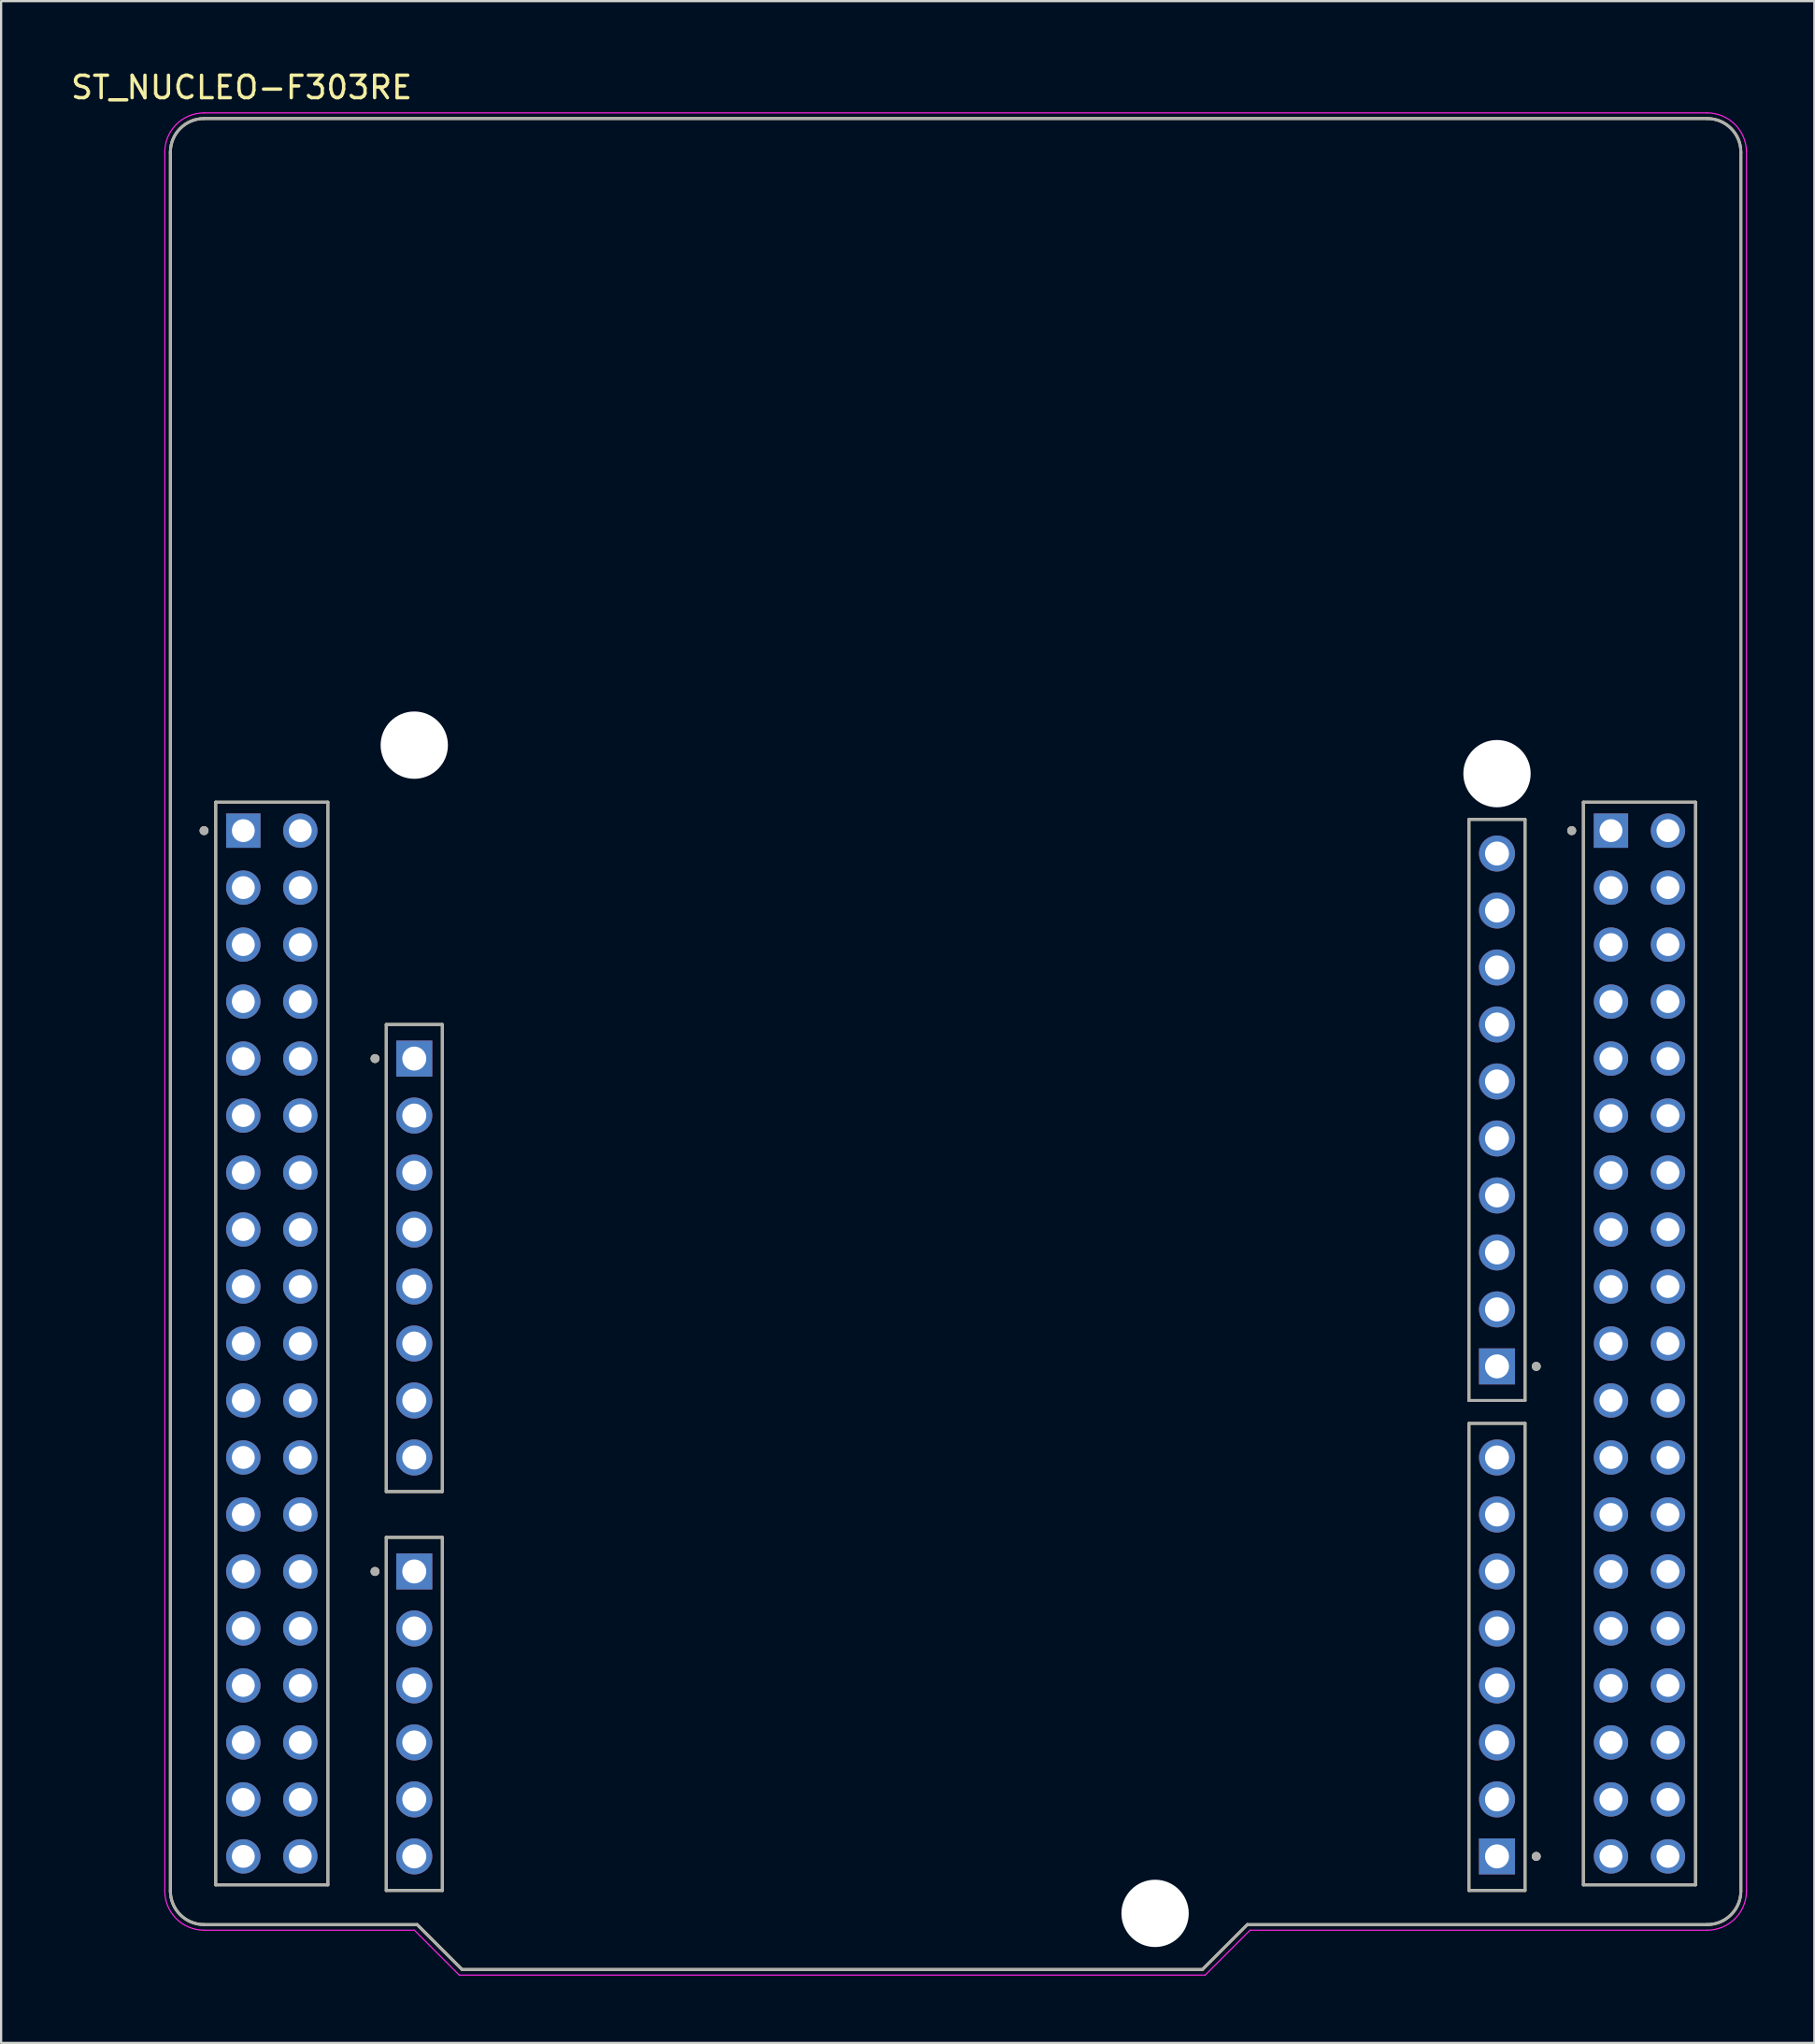
<source format=kicad_pcb>
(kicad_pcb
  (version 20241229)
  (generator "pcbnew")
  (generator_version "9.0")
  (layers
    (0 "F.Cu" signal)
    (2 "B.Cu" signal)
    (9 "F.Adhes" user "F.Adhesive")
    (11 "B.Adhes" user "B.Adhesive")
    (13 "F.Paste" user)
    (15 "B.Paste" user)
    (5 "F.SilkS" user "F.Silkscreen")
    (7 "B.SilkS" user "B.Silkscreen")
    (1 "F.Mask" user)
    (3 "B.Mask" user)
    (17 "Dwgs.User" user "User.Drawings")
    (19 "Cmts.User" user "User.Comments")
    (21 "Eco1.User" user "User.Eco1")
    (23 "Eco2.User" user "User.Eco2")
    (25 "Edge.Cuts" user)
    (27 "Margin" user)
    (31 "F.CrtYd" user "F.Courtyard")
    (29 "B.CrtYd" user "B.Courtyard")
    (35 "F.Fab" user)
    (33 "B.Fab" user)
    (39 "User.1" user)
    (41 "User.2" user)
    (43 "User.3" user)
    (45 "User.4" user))
  (footprint "ST_NUCLEO-F303RE"
    (layer "F.Cu")
    (at 39.545 43.483)
    (property "Reference" "ST_NUCLEO-F303RE" (at -31.825 -42.635 0) (layer "F.SilkS") (effects (font (size 1 1) (thickness 0.15))))
    (attr through_hole)
    (fp_line (start -35 37.75) (end -35 -39.75) (stroke (width 0.127) (type solid)) (layer "F.SilkS"))
    (fp_line (start -33.5 -41.25) (end 33.5 -41.25) (stroke (width 0.127) (type solid)) (layer "F.SilkS"))
    (fp_line (start -32.98 -10.78) (end -32.98 37.48) (stroke (width 0.127) (type solid)) (layer "F.SilkS"))
    (fp_line (start -32.98 37.48) (end -27.98 37.48) (stroke (width 0.127) (type solid)) (layer "F.SilkS"))
    (fp_line (start -27.98 -10.78) (end -32.98 -10.78) (stroke (width 0.127) (type solid)) (layer "F.SilkS"))
    (fp_line (start -27.98 37.48) (end -27.98 -10.78) (stroke (width 0.127) (type solid)) (layer "F.SilkS"))
    (fp_line (start -25.38 -0.87) (end -25.38 19.95) (stroke (width 0.127) (type solid)) (layer "F.SilkS"))
    (fp_line (start -25.38 19.95) (end -22.88 19.95) (stroke (width 0.127) (type solid)) (layer "F.SilkS"))
    (fp_line (start -25.38 21.99) (end -25.38 37.73) (stroke (width 0.127) (type solid)) (layer "F.SilkS"))
    (fp_line (start -25.38 37.73) (end -22.88 37.73) (stroke (width 0.127) (type solid)) (layer "F.SilkS"))
    (fp_line (start -24 39.25) (end -33.5 39.25) (stroke (width 0.127) (type solid)) (layer "F.SilkS"))
    (fp_line (start -22.88 -0.87) (end -25.38 -0.87) (stroke (width 0.127) (type solid)) (layer "F.SilkS"))
    (fp_line (start -22.88 19.95) (end -22.88 -0.87) (stroke (width 0.127) (type solid)) (layer "F.SilkS"))
    (fp_line (start -22.88 21.99) (end -25.38 21.99) (stroke (width 0.127) (type solid)) (layer "F.SilkS"))
    (fp_line (start -22.88 37.73) (end -22.88 21.99) (stroke (width 0.127) (type solid)) (layer "F.SilkS"))
    (fp_line (start -22 41.25) (end -24 39.25) (stroke (width 0.127) (type solid)) (layer "F.SilkS"))
    (fp_line (start 11 41.25) (end -22 41.25) (stroke (width 0.127) (type solid)) (layer "F.SilkS"))
    (fp_line (start 13 39.25) (end 11 41.25) (stroke (width 0.127) (type solid)) (layer "F.SilkS"))
    (fp_line (start 22.88 -10.01) (end 22.88 15.89) (stroke (width 0.127) (type solid)) (layer "F.SilkS"))
    (fp_line (start 22.88 15.89) (end 25.38 15.89) (stroke (width 0.127) (type solid)) (layer "F.SilkS"))
    (fp_line (start 22.88 16.91) (end 22.88 37.73) (stroke (width 0.127) (type solid)) (layer "F.SilkS"))
    (fp_line (start 22.88 37.73) (end 25.38 37.73) (stroke (width 0.127) (type solid)) (layer "F.SilkS"))
    (fp_line (start 25.38 -10.01) (end 22.88 -10.01) (stroke (width 0.127) (type solid)) (layer "F.SilkS"))
    (fp_line (start 25.38 15.89) (end 25.38 -10.01) (stroke (width 0.127) (type solid)) (layer "F.SilkS"))
    (fp_line (start 25.38 16.91) (end 22.88 16.91) (stroke (width 0.127) (type solid)) (layer "F.SilkS"))
    (fp_line (start 25.38 37.73) (end 25.38 16.91) (stroke (width 0.127) (type solid)) (layer "F.SilkS"))
    (fp_line (start 27.98 -10.78) (end 27.98 37.48) (stroke (width 0.127) (type solid)) (layer "F.SilkS"))
    (fp_line (start 27.98 37.48) (end 32.98 37.48) (stroke (width 0.127) (type solid)) (layer "F.SilkS"))
    (fp_line (start 32.98 -10.78) (end 27.98 -10.78) (stroke (width 0.127) (type solid)) (layer "F.SilkS"))
    (fp_line (start 32.98 37.48) (end 32.98 -10.78) (stroke (width 0.127) (type solid)) (layer "F.SilkS"))
    (fp_line (start 33.5 39.25) (end 13 39.25) (stroke (width 0.127) (type solid)) (layer "F.SilkS"))
    (fp_line (start 35 -39.75) (end 35 37.75) (stroke (width 0.127) (type solid)) (layer "F.SilkS"))
    (fp_arc (start -35 -39.75) (mid -34.56066 -40.81066) (end -33.5 -41.25) (stroke (width 0.127) (type solid)) (layer "F.SilkS"))
    (fp_arc (start -33.5 39.25) (mid -34.56066 38.81066) (end -35 37.75) (stroke (width 0.127) (type solid)) (layer "F.SilkS"))
    (fp_arc (start 33.5 -41.25) (mid 34.56066 -40.81066) (end 35 -39.75) (stroke (width 0.127) (type solid)) (layer "F.SilkS"))
    (fp_arc (start 35 37.75) (mid 34.56066 38.81066) (end 33.5 39.25) (stroke (width 0.127) (type solid)) (layer "F.SilkS"))
    (fp_circle (center -33.5 -9.51) (end -33.4 -9.51) (stroke (width 0.2) (type solid)) (fill no) (layer "F.SilkS"))
    (fp_circle (center -25.88 0.65) (end -25.78 0.65) (stroke (width 0.2) (type solid)) (fill no) (layer "F.SilkS"))
    (fp_circle (center -25.88 23.51) (end -25.78 23.51) (stroke (width 0.2) (type solid)) (fill no) (layer "F.SilkS"))
    (fp_circle (center 25.88 14.37) (end 25.98 14.37) (stroke (width 0.2) (type solid)) (fill no) (layer "F.SilkS"))
    (fp_circle (center 25.88 36.21) (end 25.98 36.21) (stroke (width 0.2) (type solid)) (fill no) (layer "F.SilkS"))
    (fp_circle (center 27.46 -9.51) (end 27.56 -9.51) (stroke (width 0.2) (type solid)) (fill no) (layer "F.SilkS"))
    (fp_line (start -35.25 37.75) (end -35.25 -39.75) (stroke (width 0.05) (type solid)) (layer "F.CrtYd"))
    (fp_line (start -33.5 -41.5) (end 33.5 -41.5) (stroke (width 0.05) (type solid)) (layer "F.CrtYd"))
    (fp_line (start -24.125 39.5) (end -33.5 39.5) (stroke (width 0.05) (type solid)) (layer "F.CrtYd"))
    (fp_line (start -22.125 41.5) (end -24.125 39.5) (stroke (width 0.05) (type solid)) (layer "F.CrtYd"))
    (fp_line (start 11.125 41.5) (end -22.125 41.5) (stroke (width 0.05) (type solid)) (layer "F.CrtYd"))
    (fp_line (start 13.125 39.5) (end 11.125 41.5) (stroke (width 0.05) (type solid)) (layer "F.CrtYd"))
    (fp_line (start 33.5 39.5) (end 13.125 39.5) (stroke (width 0.05) (type solid)) (layer "F.CrtYd"))
    (fp_line (start 35.25 -39.75) (end 35.25 37.75) (stroke (width 0.05) (type solid)) (layer "F.CrtYd"))
    (fp_arc (start -35.25 -39.75) (mid -34.737437 -40.987437) (end -33.5 -41.5) (stroke (width 0.05) (type solid)) (layer "F.CrtYd"))
    (fp_arc (start -33.5 39.5) (mid -34.737437 38.987437) (end -35.25 37.75) (stroke (width 0.05) (type solid)) (layer "F.CrtYd"))
    (fp_arc (start 33.5 -41.5) (mid 34.737437 -40.987437) (end 35.25 -39.75) (stroke (width 0.05) (type solid)) (layer "F.CrtYd"))
    (fp_arc (start 35.25 37.75) (mid 34.737437 38.987437) (end 33.5 39.5) (stroke (width 0.05) (type solid)) (layer "F.CrtYd"))
    (fp_line (start -35 37.75) (end -35 -39.75) (stroke (width 0.127) (type solid)) (layer "F.Fab"))
    (fp_line (start -33.5 -41.25) (end 33.5 -41.25) (stroke (width 0.127) (type solid)) (layer "F.Fab"))
    (fp_line (start -32.98 -10.78) (end -32.98 37.48) (stroke (width 0.127) (type solid)) (layer "F.Fab"))
    (fp_line (start -32.98 37.48) (end -27.98 37.48) (stroke (width 0.127) (type solid)) (layer "F.Fab"))
    (fp_line (start -27.98 -10.78) (end -32.98 -10.78) (stroke (width 0.127) (type solid)) (layer "F.Fab"))
    (fp_line (start -27.98 37.48) (end -27.98 -10.78) (stroke (width 0.127) (type solid)) (layer "F.Fab"))
    (fp_line (start -25.38 -0.87) (end -25.38 19.95) (stroke (width 0.127) (type solid)) (layer "F.Fab"))
    (fp_line (start -25.38 19.95) (end -22.88 19.95) (stroke (width 0.127) (type solid)) (layer "F.Fab"))
    (fp_line (start -25.38 21.99) (end -25.38 37.73) (stroke (width 0.127) (type solid)) (layer "F.Fab"))
    (fp_line (start -25.38 37.73) (end -22.88 37.73) (stroke (width 0.127) (type solid)) (layer "F.Fab"))
    (fp_line (start -24 39.25) (end -33.5 39.25) (stroke (width 0.127) (type solid)) (layer "F.Fab"))
    (fp_line (start -22.88 -0.87) (end -25.38 -0.87) (stroke (width 0.127) (type solid)) (layer "F.Fab"))
    (fp_line (start -22.88 19.95) (end -22.88 -0.87) (stroke (width 0.127) (type solid)) (layer "F.Fab"))
    (fp_line (start -22.88 21.99) (end -25.38 21.99) (stroke (width 0.127) (type solid)) (layer "F.Fab"))
    (fp_line (start -22.88 37.73) (end -22.88 21.99) (stroke (width 0.127) (type solid)) (layer "F.Fab"))
    (fp_line (start -22 41.25) (end -24 39.25) (stroke (width 0.127) (type solid)) (layer "F.Fab"))
    (fp_line (start 11 41.25) (end -22 41.25) (stroke (width 0.127) (type solid)) (layer "F.Fab"))
    (fp_line (start 13 39.25) (end 11 41.25) (stroke (width 0.127) (type solid)) (layer "F.Fab"))
    (fp_line (start 22.88 -10.01) (end 22.88 15.89) (stroke (width 0.127) (type solid)) (layer "F.Fab"))
    (fp_line (start 22.88 15.89) (end 25.38 15.89) (stroke (width 0.127) (type solid)) (layer "F.Fab"))
    (fp_line (start 22.88 16.91) (end 22.88 37.73) (stroke (width 0.127) (type solid)) (layer "F.Fab"))
    (fp_line (start 22.88 37.73) (end 25.38 37.73) (stroke (width 0.127) (type solid)) (layer "F.Fab"))
    (fp_line (start 25.38 -10.01) (end 22.88 -10.01) (stroke (width 0.127) (type solid)) (layer "F.Fab"))
    (fp_line (start 25.38 15.89) (end 25.38 -10.01) (stroke (width 0.127) (type solid)) (layer "F.Fab"))
    (fp_line (start 25.38 16.91) (end 22.88 16.91) (stroke (width 0.127) (type solid)) (layer "F.Fab"))
    (fp_line (start 25.38 37.73) (end 25.38 16.91) (stroke (width 0.127) (type solid)) (layer "F.Fab"))
    (fp_line (start 27.98 -10.78) (end 27.98 37.48) (stroke (width 0.127) (type solid)) (layer "F.Fab"))
    (fp_line (start 27.98 37.48) (end 32.98 37.48) (stroke (width 0.127) (type solid)) (layer "F.Fab"))
    (fp_line (start 32.98 -10.78) (end 27.98 -10.78) (stroke (width 0.127) (type solid)) (layer "F.Fab"))
    (fp_line (start 32.98 37.48) (end 32.98 -10.78) (stroke (width 0.127) (type solid)) (layer "F.Fab"))
    (fp_line (start 33.5 39.25) (end 13 39.25) (stroke (width 0.127) (type solid)) (layer "F.Fab"))
    (fp_line (start 35 -39.75) (end 35 37.75) (stroke (width 0.127) (type solid)) (layer "F.Fab"))
    (fp_arc (start -35 -39.75) (mid -34.56066 -40.81066) (end -33.5 -41.25) (stroke (width 0.127) (type solid)) (layer "F.Fab"))
    (fp_arc (start -33.5 39.25) (mid -34.56066 38.81066) (end -35 37.75) (stroke (width 0.127) (type solid)) (layer "F.Fab"))
    (fp_arc (start 33.5 -41.25) (mid 34.56066 -40.81066) (end 35 -39.75) (stroke (width 0.127) (type solid)) (layer "F.Fab"))
    (fp_arc (start 35 37.75) (mid 34.56066 38.81066) (end 33.5 39.25) (stroke (width 0.127) (type solid)) (layer "F.Fab"))
    (fp_circle (center -33.5 -9.51) (end -33.4 -9.51) (stroke (width 0.2) (type solid)) (fill no) (layer "F.Fab"))
    (fp_circle (center -25.88 0.65) (end -25.78 0.65) (stroke (width 0.2) (type solid)) (fill no) (layer "F.Fab"))
    (fp_circle (center -25.88 23.51) (end -25.78 23.51) (stroke (width 0.2) (type solid)) (fill no) (layer "F.Fab"))
    (fp_circle (center 25.88 14.37) (end 25.98 14.37) (stroke (width 0.2) (type solid)) (fill no) (layer "F.Fab"))
    (fp_circle (center 25.88 36.21) (end 25.98 36.21) (stroke (width 0.2) (type solid)) (fill no) (layer "F.Fab"))
    (fp_circle (center 27.46 -9.51) (end 27.56 -9.51) (stroke (width 0.2) (type solid)) (fill no) (layer "F.Fab"))
    (pad "" np_thru_hole circle (at -24.13 -13.32) (size 3 3) (drill 3) (layers "*.Cu" "*.Mask"))
    (pad "" np_thru_hole circle (at 8.89 38.75) (size 3 3) (drill 3) (layers "*.Cu" "*.Mask"))
    (pad "" np_thru_hole circle (at 24.13 -12.05) (size 3 3) (drill 3) (layers "*.Cu" "*.Mask"))
    (pad "CN5_1" thru_hole rect (at 24.13 14.37) (size 1.605 1.605) (drill 1.07) (layers "*.Cu" "*.Mask"))
    (pad "CN5_2" thru_hole circle (at 24.13 11.83) (size 1.605 1.605) (drill 1.07) (layers "*.Cu" "*.Mask"))
    (pad "CN5_3" thru_hole circle (at 24.13 9.29) (size 1.605 1.605) (drill 1.07) (layers "*.Cu" "*.Mask"))
    (pad "CN5_4" thru_hole circle (at 24.13 6.75) (size 1.605 1.605) (drill 1.07) (layers "*.Cu" "*.Mask"))
    (pad "CN5_5" thru_hole circle (at 24.13 4.21) (size 1.605 1.605) (drill 1.07) (layers "*.Cu" "*.Mask"))
    (pad "CN5_6" thru_hole circle (at 24.13 1.67) (size 1.605 1.605) (drill 1.07) (layers "*.Cu" "*.Mask"))
    (pad "CN5_7" thru_hole circle (at 24.13 -0.87) (size 1.605 1.605) (drill 1.07) (layers "*.Cu" "*.Mask"))
    (pad "CN5_8" thru_hole circle (at 24.13 -3.41) (size 1.605 1.605) (drill 1.07) (layers "*.Cu" "*.Mask"))
    (pad "CN5_9" thru_hole circle (at 24.13 -5.95) (size 1.605 1.605) (drill 1.07) (layers "*.Cu" "*.Mask"))
    (pad "CN5_10" thru_hole circle (at 24.13 -8.49) (size 1.605 1.605) (drill 1.07) (layers "*.Cu" "*.Mask"))
    (pad "CN6_1" thru_hole rect (at -24.13 0.65) (size 1.605 1.605) (drill 1.07) (layers "*.Cu" "*.Mask"))
    (pad "CN6_2" thru_hole circle (at -24.13 3.19) (size 1.605 1.605) (drill 1.07) (layers "*.Cu" "*.Mask"))
    (pad "CN6_3" thru_hole circle (at -24.13 5.73) (size 1.605 1.605) (drill 1.07) (layers "*.Cu" "*.Mask"))
    (pad "CN6_4" thru_hole circle (at -24.13 8.27) (size 1.605 1.605) (drill 1.07) (layers "*.Cu" "*.Mask"))
    (pad "CN6_5" thru_hole circle (at -24.13 10.81) (size 1.605 1.605) (drill 1.07) (layers "*.Cu" "*.Mask"))
    (pad "CN6_6" thru_hole circle (at -24.13 13.35) (size 1.605 1.605) (drill 1.07) (layers "*.Cu" "*.Mask"))
    (pad "CN6_7" thru_hole circle (at -24.13 15.89) (size 1.605 1.605) (drill 1.07) (layers "*.Cu" "*.Mask"))
    (pad "CN6_8" thru_hole circle (at -24.13 18.43) (size 1.605 1.605) (drill 1.07) (layers "*.Cu" "*.Mask"))
    (pad "CN7_1" thru_hole rect (at -31.75 -9.51) (size 1.53 1.53) (drill 1.02) (layers "*.Cu" "*.Mask"))
    (pad "CN7_2" thru_hole circle (at -29.21 -9.51) (size 1.53 1.53) (drill 1.02) (layers "*.Cu" "*.Mask"))
    (pad "CN7_3" thru_hole circle (at -31.75 -6.97) (size 1.53 1.53) (drill 1.02) (layers "*.Cu" "*.Mask"))
    (pad "CN7_4" thru_hole circle (at -29.21 -6.97) (size 1.53 1.53) (drill 1.02) (layers "*.Cu" "*.Mask"))
    (pad "CN7_5" thru_hole circle (at -31.75 -4.43) (size 1.53 1.53) (drill 1.02) (layers "*.Cu" "*.Mask"))
    (pad "CN7_6" thru_hole circle (at -29.21 -4.43) (size 1.53 1.53) (drill 1.02) (layers "*.Cu" "*.Mask"))
    (pad "CN7_7" thru_hole circle (at -31.75 -1.89) (size 1.53 1.53) (drill 1.02) (layers "*.Cu" "*.Mask"))
    (pad "CN7_8" thru_hole circle (at -29.21 -1.89) (size 1.53 1.53) (drill 1.02) (layers "*.Cu" "*.Mask"))
    (pad "CN7_9" thru_hole circle (at -31.75 0.65) (size 1.53 1.53) (drill 1.02) (layers "*.Cu" "*.Mask"))
    (pad "CN7_10" thru_hole circle (at -29.21 0.65) (size 1.53 1.53) (drill 1.02) (layers "*.Cu" "*.Mask"))
    (pad "CN7_11" thru_hole circle (at -31.75 3.19) (size 1.53 1.53) (drill 1.02) (layers "*.Cu" "*.Mask"))
    (pad "CN7_12" thru_hole circle (at -29.21 3.19) (size 1.53 1.53) (drill 1.02) (layers "*.Cu" "*.Mask"))
    (pad "CN7_13" thru_hole circle (at -31.75 5.73) (size 1.53 1.53) (drill 1.02) (layers "*.Cu" "*.Mask"))
    (pad "CN7_14" thru_hole circle (at -29.21 5.73) (size 1.53 1.53) (drill 1.02) (layers "*.Cu" "*.Mask"))
    (pad "CN7_15" thru_hole circle (at -31.75 8.27) (size 1.53 1.53) (drill 1.02) (layers "*.Cu" "*.Mask"))
    (pad "CN7_16" thru_hole circle (at -29.21 8.27) (size 1.53 1.53) (drill 1.02) (layers "*.Cu" "*.Mask"))
    (pad "CN7_17" thru_hole circle (at -31.75 10.81) (size 1.53 1.53) (drill 1.02) (layers "*.Cu" "*.Mask"))
    (pad "CN7_18" thru_hole circle (at -29.21 10.81) (size 1.53 1.53) (drill 1.02) (layers "*.Cu" "*.Mask"))
    (pad "CN7_19" thru_hole circle (at -31.75 13.35) (size 1.53 1.53) (drill 1.02) (layers "*.Cu" "*.Mask"))
    (pad "CN7_20" thru_hole circle (at -29.21 13.35) (size 1.53 1.53) (drill 1.02) (layers "*.Cu" "*.Mask"))
    (pad "CN7_21" thru_hole circle (at -31.75 15.89) (size 1.53 1.53) (drill 1.02) (layers "*.Cu" "*.Mask"))
    (pad "CN7_22" thru_hole circle (at -29.21 15.89) (size 1.53 1.53) (drill 1.02) (layers "*.Cu" "*.Mask"))
    (pad "CN7_23" thru_hole circle (at -31.75 18.43) (size 1.53 1.53) (drill 1.02) (layers "*.Cu" "*.Mask"))
    (pad "CN7_24" thru_hole circle (at -29.21 18.43) (size 1.53 1.53) (drill 1.02) (layers "*.Cu" "*.Mask"))
    (pad "CN7_25" thru_hole circle (at -31.75 20.97) (size 1.53 1.53) (drill 1.02) (layers "*.Cu" "*.Mask"))
    (pad "CN7_26" thru_hole circle (at -29.21 20.97) (size 1.53 1.53) (drill 1.02) (layers "*.Cu" "*.Mask"))
    (pad "CN7_27" thru_hole circle (at -31.75 23.51) (size 1.53 1.53) (drill 1.02) (layers "*.Cu" "*.Mask"))
    (pad "CN7_28" thru_hole circle (at -29.21 23.51) (size 1.53 1.53) (drill 1.02) (layers "*.Cu" "*.Mask"))
    (pad "CN7_29" thru_hole circle (at -31.75 26.05) (size 1.53 1.53) (drill 1.02) (layers "*.Cu" "*.Mask"))
    (pad "CN7_30" thru_hole circle (at -29.21 26.05) (size 1.53 1.53) (drill 1.02) (layers "*.Cu" "*.Mask"))
    (pad "CN7_31" thru_hole circle (at -31.75 28.59) (size 1.53 1.53) (drill 1.02) (layers "*.Cu" "*.Mask"))
    (pad "CN7_32" thru_hole circle (at -29.21 28.59) (size 1.53 1.53) (drill 1.02) (layers "*.Cu" "*.Mask"))
    (pad "CN7_33" thru_hole circle (at -31.75 31.13) (size 1.53 1.53) (drill 1.02) (layers "*.Cu" "*.Mask"))
    (pad "CN7_34" thru_hole circle (at -29.21 31.13) (size 1.53 1.53) (drill 1.02) (layers "*.Cu" "*.Mask"))
    (pad "CN7_35" thru_hole circle (at -31.75 33.67) (size 1.53 1.53) (drill 1.02) (layers "*.Cu" "*.Mask"))
    (pad "CN7_36" thru_hole circle (at -29.21 33.67) (size 1.53 1.53) (drill 1.02) (layers "*.Cu" "*.Mask"))
    (pad "CN7_37" thru_hole circle (at -31.75 36.21) (size 1.53 1.53) (drill 1.02) (layers "*.Cu" "*.Mask"))
    (pad "CN7_38" thru_hole circle (at -29.21 36.21) (size 1.53 1.53) (drill 1.02) (layers "*.Cu" "*.Mask"))
    (pad "CN8_1" thru_hole rect (at -24.13 23.51) (size 1.605 1.605) (drill 1.07) (layers "*.Cu" "*.Mask"))
    (pad "CN8_2" thru_hole circle (at -24.13 26.05) (size 1.605 1.605) (drill 1.07) (layers "*.Cu" "*.Mask"))
    (pad "CN8_3" thru_hole circle (at -24.13 28.59) (size 1.605 1.605) (drill 1.07) (layers "*.Cu" "*.Mask"))
    (pad "CN8_4" thru_hole circle (at -24.13 31.13) (size 1.605 1.605) (drill 1.07) (layers "*.Cu" "*.Mask"))
    (pad "CN8_5" thru_hole circle (at -24.13 33.67) (size 1.605 1.605) (drill 1.07) (layers "*.Cu" "*.Mask"))
    (pad "CN8_6" thru_hole circle (at -24.13 36.21) (size 1.605 1.605) (drill 1.07) (layers "*.Cu" "*.Mask"))
    (pad "CN9_1" thru_hole rect (at 24.13 36.21) (size 1.605 1.605) (drill 1.07) (layers "*.Cu" "*.Mask"))
    (pad "CN9_2" thru_hole circle (at 24.13 33.67) (size 1.605 1.605) (drill 1.07) (layers "*.Cu" "*.Mask"))
    (pad "CN9_3" thru_hole circle (at 24.13 31.13) (size 1.605 1.605) (drill 1.07) (layers "*.Cu" "*.Mask"))
    (pad "CN9_4" thru_hole circle (at 24.13 28.59) (size 1.605 1.605) (drill 1.07) (layers "*.Cu" "*.Mask"))
    (pad "CN9_5" thru_hole circle (at 24.13 26.05) (size 1.605 1.605) (drill 1.07) (layers "*.Cu" "*.Mask"))
    (pad "CN9_6" thru_hole circle (at 24.13 23.51) (size 1.605 1.605) (drill 1.07) (layers "*.Cu" "*.Mask"))
    (pad "CN9_7" thru_hole circle (at 24.13 20.97) (size 1.605 1.605) (drill 1.07) (layers "*.Cu" "*.Mask"))
    (pad "CN9_8" thru_hole circle (at 24.13 18.43) (size 1.605 1.605) (drill 1.07) (layers "*.Cu" "*.Mask"))
    (pad "CN10_1" thru_hole rect (at 29.21 -9.51) (size 1.53 1.53) (drill 1.02) (layers "*.Cu" "*.Mask"))
    (pad "CN10_2" thru_hole circle (at 31.75 -9.51) (size 1.53 1.53) (drill 1.02) (layers "*.Cu" "*.Mask"))
    (pad "CN10_3" thru_hole circle (at 29.21 -6.97) (size 1.53 1.53) (drill 1.02) (layers "*.Cu" "*.Mask"))
    (pad "CN10_4" thru_hole circle (at 31.75 -6.97) (size 1.53 1.53) (drill 1.02) (layers "*.Cu" "*.Mask"))
    (pad "CN10_5" thru_hole circle (at 29.21 -4.43) (size 1.53 1.53) (drill 1.02) (layers "*.Cu" "*.Mask"))
    (pad "CN10_6" thru_hole circle (at 31.75 -4.43) (size 1.53 1.53) (drill 1.02) (layers "*.Cu" "*.Mask"))
    (pad "CN10_7" thru_hole circle (at 29.21 -1.89) (size 1.53 1.53) (drill 1.02) (layers "*.Cu" "*.Mask"))
    (pad "CN10_8" thru_hole circle (at 31.75 -1.89) (size 1.53 1.53) (drill 1.02) (layers "*.Cu" "*.Mask"))
    (pad "CN10_9" thru_hole circle (at 29.21 0.65) (size 1.53 1.53) (drill 1.02) (layers "*.Cu" "*.Mask"))
    (pad "CN10_10" thru_hole circle (at 31.75 0.65) (size 1.53 1.53) (drill 1.02) (layers "*.Cu" "*.Mask"))
    (pad "CN10_11" thru_hole circle (at 29.21 3.19) (size 1.53 1.53) (drill 1.02) (layers "*.Cu" "*.Mask"))
    (pad "CN10_12" thru_hole circle (at 31.75 3.19) (size 1.53 1.53) (drill 1.02) (layers "*.Cu" "*.Mask"))
    (pad "CN10_13" thru_hole circle (at 29.21 5.73) (size 1.53 1.53) (drill 1.02) (layers "*.Cu" "*.Mask"))
    (pad "CN10_14" thru_hole circle (at 31.75 5.73) (size 1.53 1.53) (drill 1.02) (layers "*.Cu" "*.Mask"))
    (pad "CN10_15" thru_hole circle (at 29.21 8.27) (size 1.53 1.53) (drill 1.02) (layers "*.Cu" "*.Mask"))
    (pad "CN10_16" thru_hole circle (at 31.75 8.27) (size 1.53 1.53) (drill 1.02) (layers "*.Cu" "*.Mask"))
    (pad "CN10_17" thru_hole circle (at 29.21 10.81) (size 1.53 1.53) (drill 1.02) (layers "*.Cu" "*.Mask"))
    (pad "CN10_18" thru_hole circle (at 31.75 10.81) (size 1.53 1.53) (drill 1.02) (layers "*.Cu" "*.Mask"))
    (pad "CN10_19" thru_hole circle (at 29.21 13.35) (size 1.53 1.53) (drill 1.02) (layers "*.Cu" "*.Mask"))
    (pad "CN10_20" thru_hole circle (at 31.75 13.35) (size 1.53 1.53) (drill 1.02) (layers "*.Cu" "*.Mask"))
    (pad "CN10_21" thru_hole circle (at 29.21 15.89) (size 1.53 1.53) (drill 1.02) (layers "*.Cu" "*.Mask"))
    (pad "CN10_22" thru_hole circle (at 31.75 15.89) (size 1.53 1.53) (drill 1.02) (layers "*.Cu" "*.Mask"))
    (pad "CN10_23" thru_hole circle (at 29.21 18.43) (size 1.53 1.53) (drill 1.02) (layers "*.Cu" "*.Mask"))
    (pad "CN10_24" thru_hole circle (at 31.75 18.43) (size 1.53 1.53) (drill 1.02) (layers "*.Cu" "*.Mask"))
    (pad "CN10_25" thru_hole circle (at 29.21 20.97) (size 1.53 1.53) (drill 1.02) (layers "*.Cu" "*.Mask"))
    (pad "CN10_26" thru_hole circle (at 31.75 20.97) (size 1.53 1.53) (drill 1.02) (layers "*.Cu" "*.Mask"))
    (pad "CN10_27" thru_hole circle (at 29.21 23.51) (size 1.53 1.53) (drill 1.02) (layers "*.Cu" "*.Mask"))
    (pad "CN10_28" thru_hole circle (at 31.75 23.51) (size 1.53 1.53) (drill 1.02) (layers "*.Cu" "*.Mask"))
    (pad "CN10_29" thru_hole circle (at 29.21 26.05) (size 1.53 1.53) (drill 1.02) (layers "*.Cu" "*.Mask"))
    (pad "CN10_30" thru_hole circle (at 31.75 26.05) (size 1.53 1.53) (drill 1.02) (layers "*.Cu" "*.Mask"))
    (pad "CN10_31" thru_hole circle (at 29.21 28.59) (size 1.53 1.53) (drill 1.02) (layers "*.Cu" "*.Mask"))
    (pad "CN10_32" thru_hole circle (at 31.75 28.59) (size 1.53 1.53) (drill 1.02) (layers "*.Cu" "*.Mask"))
    (pad "CN10_33" thru_hole circle (at 29.21 31.13) (size 1.53 1.53) (drill 1.02) (layers "*.Cu" "*.Mask"))
    (pad "CN10_34" thru_hole circle (at 31.75 31.13) (size 1.53 1.53) (drill 1.02) (layers "*.Cu" "*.Mask"))
    (pad "CN10_35" thru_hole circle (at 29.21 33.67) (size 1.53 1.53) (drill 1.02) (layers "*.Cu" "*.Mask"))
    (pad "CN10_36" thru_hole circle (at 31.75 33.67) (size 1.53 1.53) (drill 1.02) (layers "*.Cu" "*.Mask"))
    (pad "CN10_37" thru_hole circle (at 29.21 36.21) (size 1.53 1.53) (drill 1.02) (layers "*.Cu" "*.Mask"))
    (pad "CN10_38" thru_hole circle (at 31.75 36.21) (size 1.53 1.53) (drill 1.02) (layers "*.Cu" "*.Mask")))
  (gr_rect
    (start -3 -3)
    (end 77.82 88.008)
    (stroke (width 0.1) (type default))
    (fill no)
    (layer "Edge.Cuts")))
</source>
